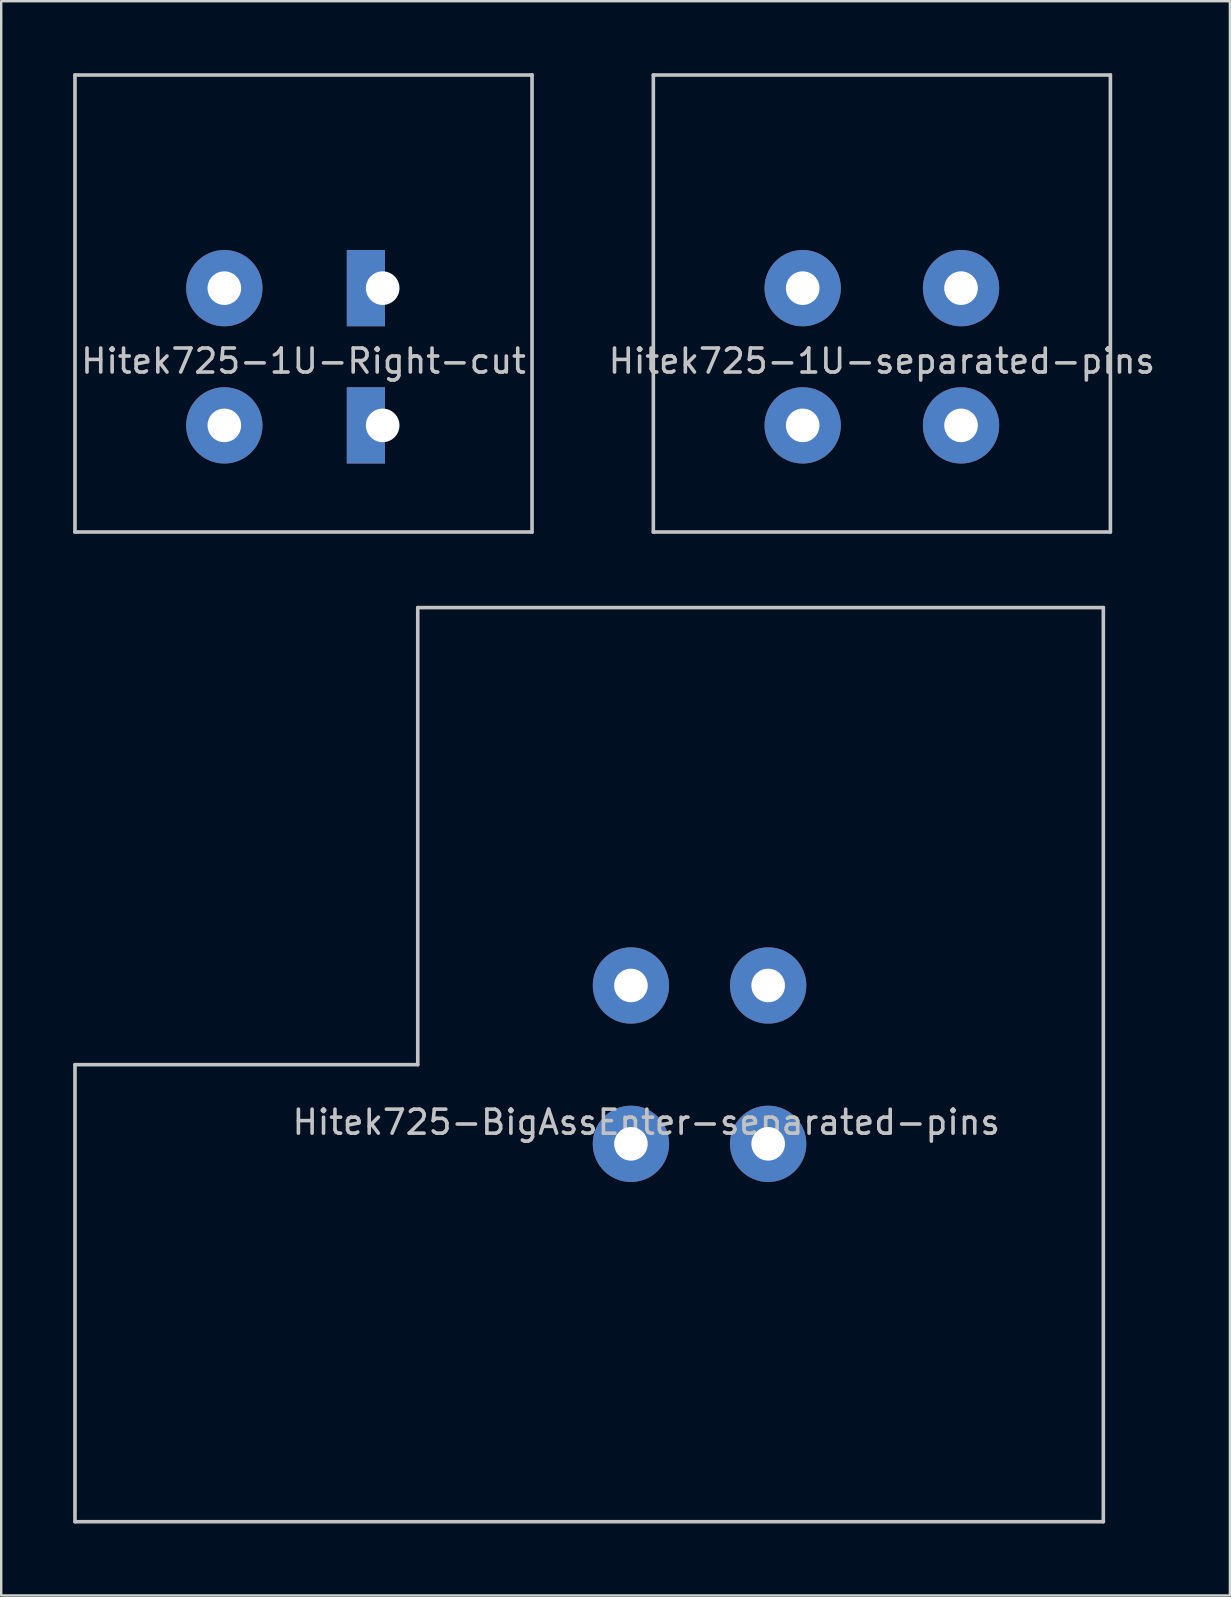
<source format=kicad_pcb>
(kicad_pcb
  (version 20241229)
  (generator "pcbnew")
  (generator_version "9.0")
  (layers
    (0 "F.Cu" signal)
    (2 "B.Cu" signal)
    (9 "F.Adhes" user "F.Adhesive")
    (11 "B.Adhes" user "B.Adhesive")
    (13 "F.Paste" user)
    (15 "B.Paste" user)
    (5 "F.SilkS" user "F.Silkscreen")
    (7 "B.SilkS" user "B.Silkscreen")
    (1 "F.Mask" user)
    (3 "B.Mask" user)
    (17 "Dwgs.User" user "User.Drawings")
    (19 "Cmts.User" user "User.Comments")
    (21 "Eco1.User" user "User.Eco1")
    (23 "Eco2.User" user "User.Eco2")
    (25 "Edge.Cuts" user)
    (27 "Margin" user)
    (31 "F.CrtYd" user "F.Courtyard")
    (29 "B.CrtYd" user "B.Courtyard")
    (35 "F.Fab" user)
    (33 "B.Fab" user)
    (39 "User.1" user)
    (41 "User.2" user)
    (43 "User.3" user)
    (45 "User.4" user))
  (footprint "Hitek725-BigAssEnter-separated-pins"
    (layer "F.Cu")
    (at 23.887 41.325)
    (property "Reference" "Hitek725-BigAssEnter-separated-pins" (at 0 2.4 0) (layer "Dwgs.User") (effects (font (size 1 1) (thickness 0.15))))
    (fp_line (start -23.812 0) (end -23.812 19.05) (stroke (width 0.15) (type solid)) (layer "Dwgs.User"))
    (fp_line (start -9.525 -19.05) (end 19.05 -19.05) (stroke (width 0.15) (type solid)) (layer "Dwgs.User"))
    (fp_line (start -9.525 0) (end -23.812 0) (stroke (width 0.15) (type solid)) (layer "Dwgs.User"))
    (fp_line (start -9.525 0) (end -9.525 -19.05) (stroke (width 0.15) (type solid)) (layer "Dwgs.User"))
    (fp_line (start 19.05 -19.05) (end 19.05 19.05) (stroke (width 0.15) (type solid)) (layer "Dwgs.User"))
    (fp_line (start 19.05 19.05) (end -23.812 19.05) (stroke (width 0.15) (type solid)) (layer "Dwgs.User"))
    (pad "1" thru_hole circle (at -0.64 -3.3) (size 3.18 3.18) (drill 1.4) (layers "*.Cu" "*.Mask"))
    (pad "2" thru_hole circle (at -0.64 3.3) (size 3.18 3.18) (drill 1.4) (layers "*.Cu" "*.Mask"))
    (pad "2" thru_hole circle (at 5.08 3.3) (size 3.18 3.18) (drill 1.4) (layers "*.Cu" "*.Mask"))
    (pad "3" thru_hole circle (at 5.08 -3.3) (size 3.18 3.18) (drill 1.4) (layers "*.Cu" "*.Mask")))
  (footprint "Hitek725-1U-separated-pins"
    (layer "F.Cu")
    (at 33.706 9.6)
    (property "Reference" "Hitek725-1U-separated-pins" (at 0 2.4 0) (layer "Dwgs.User") (effects (font (size 1 1) (thickness 0.15))))
    (fp_line (start -9.525 -9.525) (end 9.525 -9.525) (stroke (width 0.15) (type solid)) (layer "Dwgs.User"))
    (fp_line (start -9.525 9.525) (end -9.525 -9.525) (stroke (width 0.15) (type solid)) (layer "Dwgs.User"))
    (fp_line (start 9.525 -9.525) (end 9.525 9.525) (stroke (width 0.15) (type solid)) (layer "Dwgs.User"))
    (fp_line (start 9.525 9.525) (end -9.525 9.525) (stroke (width 0.15) (type solid)) (layer "Dwgs.User"))
    (pad "1" thru_hole circle (at -3.3 -0.64) (size 3.18 3.18) (drill 1.4) (layers "*.Cu" "*.Mask"))
    (pad "2" thru_hole circle (at 3.3 -0.64) (size 3.18 3.18) (drill 1.4) (layers "*.Cu" "*.Mask"))
    (pad "3" thru_hole circle (at -3.3 5.08) (size 3.18 3.18) (drill 1.4) (layers "*.Cu" "*.Mask"))
    (pad "4" thru_hole circle (at 3.3 5.08) (size 3.18 3.18) (drill 1.4) (layers "*.Cu" "*.Mask")))
  (footprint "Hitek725-1U-Right-cut"
    (layer "F.Cu")
    (at 9.6 9.6)
    (property "Reference" "Hitek725-1U-Right-cut" (at 0 2.4 0) (layer "Dwgs.User") (effects (font (size 1 1) (thickness 0.15))))
    (fp_line (start -9.525 -9.525) (end 9.525 -9.525) (stroke (width 0.15) (type solid)) (layer "Dwgs.User"))
    (fp_line (start -9.525 9.525) (end -9.525 -9.525) (stroke (width 0.15) (type solid)) (layer "Dwgs.User"))
    (fp_line (start 9.525 -9.525) (end 9.525 9.525) (stroke (width 0.15) (type solid)) (layer "Dwgs.User"))
    (fp_line (start 9.525 9.525) (end -9.525 9.525) (stroke (width 0.15) (type solid)) (layer "Dwgs.User"))
    (pad "1" thru_hole circle (at -3.3 -0.64) (size 3.18 3.18) (drill 1.4) (layers "*.Cu" "*.Mask"))
    (pad "1" thru_hole circle (at -3.3 5.08) (size 3.18 3.18) (drill 1.4) (layers "*.Cu" "*.Mask"))
    (pad "2" thru_hole rect (at 3.3 -0.64) (size 1.59 3.18) (drill 1.4 (offset -0.7 0)) (layers "*.Cu" "*.Mask"))
    (pad "2" thru_hole rect (at 3.3 5.08) (size 1.59 3.18) (drill 1.4 (offset -0.7 0)) (layers "*.Cu" "*.Mask")))
  (gr_rect
    (start -3 -3)
    (end 48.212 63.45)
    (stroke (width 0.1) (type default))
    (fill no)
    (layer "Edge.Cuts")))
</source>
